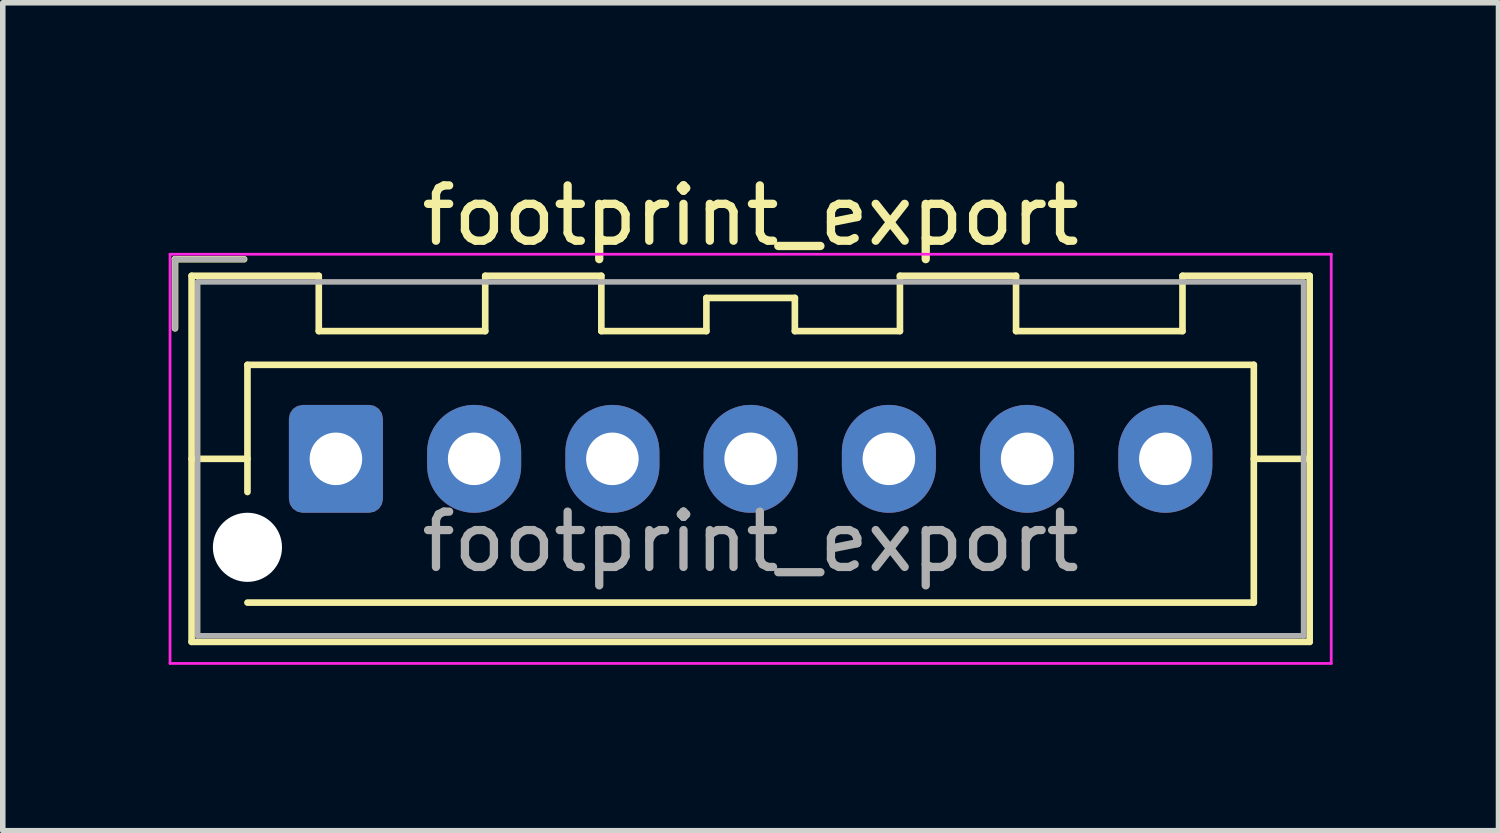
<source format=kicad_pcb>
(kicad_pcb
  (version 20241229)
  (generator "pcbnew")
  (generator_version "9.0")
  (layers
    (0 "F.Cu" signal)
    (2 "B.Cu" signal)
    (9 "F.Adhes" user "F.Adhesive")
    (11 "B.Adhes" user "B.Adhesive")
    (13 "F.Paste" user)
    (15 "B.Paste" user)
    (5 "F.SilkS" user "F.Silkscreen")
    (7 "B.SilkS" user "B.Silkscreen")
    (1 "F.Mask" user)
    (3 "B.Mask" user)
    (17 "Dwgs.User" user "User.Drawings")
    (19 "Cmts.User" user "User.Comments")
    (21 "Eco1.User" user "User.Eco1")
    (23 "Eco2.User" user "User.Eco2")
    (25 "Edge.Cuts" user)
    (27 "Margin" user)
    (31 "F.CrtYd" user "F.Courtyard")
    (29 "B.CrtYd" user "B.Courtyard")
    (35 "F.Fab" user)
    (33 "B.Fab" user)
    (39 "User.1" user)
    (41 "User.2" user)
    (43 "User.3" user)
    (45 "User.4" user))
  (footprint "footprint_export"
    (layer "F.Cu")
    (at 3.025 5.248)
    (property "Reference" "footprint_export" (at 7.5 -4.4 0) (layer "F.SilkS") (effects (font (size 1 1) (thickness 0.15))))
    (attr through_hole)
    (fp_line (start -2.91 -3.61) (end -2.91 -2.36) (stroke (width 0.12) (type solid)) (layer "F.SilkS"))
    (fp_line (start -2.61 -3.31) (end -2.61 3.31) (stroke (width 0.12) (type solid)) (layer "F.SilkS"))
    (fp_line (start -2.61 0) (end -1.6 0) (stroke (width 0.12) (type solid)) (layer "F.SilkS"))
    (fp_line (start -2.61 3.31) (end 17.61 3.31) (stroke (width 0.12) (type solid)) (layer "F.SilkS"))
    (fp_line (start -1.66 -3.61) (end -2.91 -3.61) (stroke (width 0.12) (type solid)) (layer "F.SilkS"))
    (fp_line (start -1.6 -1.7) (end 16.6 -1.7) (stroke (width 0.12) (type solid)) (layer "F.SilkS"))
    (fp_line (start -1.6 0.6) (end -1.6 -1.7) (stroke (width 0.12) (type solid)) (layer "F.SilkS"))
    (fp_line (start -0.31 -3.31) (end -2.61 -3.31) (stroke (width 0.12) (type solid)) (layer "F.SilkS"))
    (fp_line (start -0.31 -2.31) (end -0.31 -3.31) (stroke (width 0.12) (type solid)) (layer "F.SilkS"))
    (fp_line (start 2.7 -3.31) (end 2.7 -2.31) (stroke (width 0.12) (type solid)) (layer "F.SilkS"))
    (fp_line (start 2.7 -2.31) (end -0.31 -2.31) (stroke (width 0.12) (type solid)) (layer "F.SilkS"))
    (fp_line (start 4.8 -3.31) (end 2.7 -3.31) (stroke (width 0.12) (type solid)) (layer "F.SilkS"))
    (fp_line (start 4.8 -2.31) (end 4.8 -3.31) (stroke (width 0.12) (type solid)) (layer "F.SilkS"))
    (fp_line (start 6.7 -2.91) (end 6.7 -2.31) (stroke (width 0.12) (type solid)) (layer "F.SilkS"))
    (fp_line (start 6.7 -2.31) (end 4.8 -2.31) (stroke (width 0.12) (type solid)) (layer "F.SilkS"))
    (fp_line (start 8.3 -2.91) (end 6.7 -2.91) (stroke (width 0.12) (type solid)) (layer "F.SilkS"))
    (fp_line (start 8.3 -2.31) (end 8.3 -2.91) (stroke (width 0.12) (type solid)) (layer "F.SilkS"))
    (fp_line (start 10.2 -3.31) (end 10.2 -2.31) (stroke (width 0.12) (type solid)) (layer "F.SilkS"))
    (fp_line (start 10.2 -2.31) (end 8.3 -2.31) (stroke (width 0.12) (type solid)) (layer "F.SilkS"))
    (fp_line (start 12.3 -3.31) (end 10.2 -3.31) (stroke (width 0.12) (type solid)) (layer "F.SilkS"))
    (fp_line (start 12.3 -2.31) (end 12.3 -3.31) (stroke (width 0.12) (type solid)) (layer "F.SilkS"))
    (fp_line (start 15.31 -3.31) (end 15.31 -2.31) (stroke (width 0.12) (type solid)) (layer "F.SilkS"))
    (fp_line (start 15.31 -2.31) (end 12.3 -2.31) (stroke (width 0.12) (type solid)) (layer "F.SilkS"))
    (fp_line (start 16.6 -1.7) (end 16.6 2.6) (stroke (width 0.12) (type solid)) (layer "F.SilkS"))
    (fp_line (start 16.6 2.6) (end -1.6 2.6) (stroke (width 0.12) (type solid)) (layer "F.SilkS"))
    (fp_line (start 17.61 -3.31) (end 15.31 -3.31) (stroke (width 0.12) (type solid)) (layer "F.SilkS"))
    (fp_line (start 17.61 0) (end 16.6 0) (stroke (width 0.12) (type solid)) (layer "F.SilkS"))
    (fp_line (start 17.61 3.31) (end 17.61 -3.31) (stroke (width 0.12) (type solid)) (layer "F.SilkS"))
    (fp_line (start -3 -3.7) (end -3 3.7) (stroke (width 0.05) (type solid)) (layer "F.CrtYd"))
    (fp_line (start -3 3.7) (end 18 3.7) (stroke (width 0.05) (type solid)) (layer "F.CrtYd"))
    (fp_line (start 18 -3.7) (end -3 -3.7) (stroke (width 0.05) (type solid)) (layer "F.CrtYd"))
    (fp_line (start 18 3.7) (end 18 -3.7) (stroke (width 0.05) (type solid)) (layer "F.CrtYd"))
    (fp_line (start -2.91 -3.61) (end -2.91 -2.36) (stroke (width 0.1) (type solid)) (layer "F.Fab"))
    (fp_line (start -2.5 -3.2) (end -2.5 3.2) (stroke (width 0.1) (type solid)) (layer "F.Fab"))
    (fp_line (start -2.5 3.2) (end 17.5 3.2) (stroke (width 0.1) (type solid)) (layer "F.Fab"))
    (fp_line (start -1.66 -3.61) (end -2.91 -3.61) (stroke (width 0.1) (type solid)) (layer "F.Fab"))
    (fp_line (start 17.5 -3.2) (end -2.5 -3.2) (stroke (width 0.1) (type solid)) (layer "F.Fab"))
    (fp_line (start 17.5 3.2) (end 17.5 -3.2) (stroke (width 0.1) (type solid)) (layer "F.Fab"))
    (fp_text user "${REFERENCE}" (at 7.5 1.5 0) (layer "F.Fab") (effects (font (size 1 1) (thickness 0.15))))
    (pad "" np_thru_hole circle (at -1.6 1.6) (size 1.25 1.25) (drill 1.25) (layers "*.Cu" "*.Mask"))
    (pad "1" thru_hole roundrect (at 0 0) (size 1.7 1.95) (drill 0.95) (layers "*.Cu" "*.Mask") (roundrect_rratio 0.147))
    (pad "2" thru_hole oval (at 2.5 0) (size 1.7 1.95) (drill 0.95) (layers "*.Cu" "*.Mask"))
    (pad "3" thru_hole oval (at 5 0) (size 1.7 1.95) (drill 0.95) (layers "*.Cu" "*.Mask"))
    (pad "4" thru_hole oval (at 7.5 0) (size 1.7 1.95) (drill 0.95) (layers "*.Cu" "*.Mask"))
    (pad "5" thru_hole oval (at 10 0) (size 1.7 1.95) (drill 0.95) (layers "*.Cu" "*.Mask"))
    (pad "6" thru_hole oval (at 12.5 0) (size 1.7 1.95) (drill 0.95) (layers "*.Cu" "*.Mask"))
    (pad "7" thru_hole oval (at 15 0) (size 1.7 1.95) (drill 0.95) (layers "*.Cu" "*.Mask")))
  (gr_rect
    (start -3 -3)
    (end 24.05 11.973)
    (stroke (width 0.1) (type default))
    (fill no)
    (layer "Edge.Cuts")))
</source>
